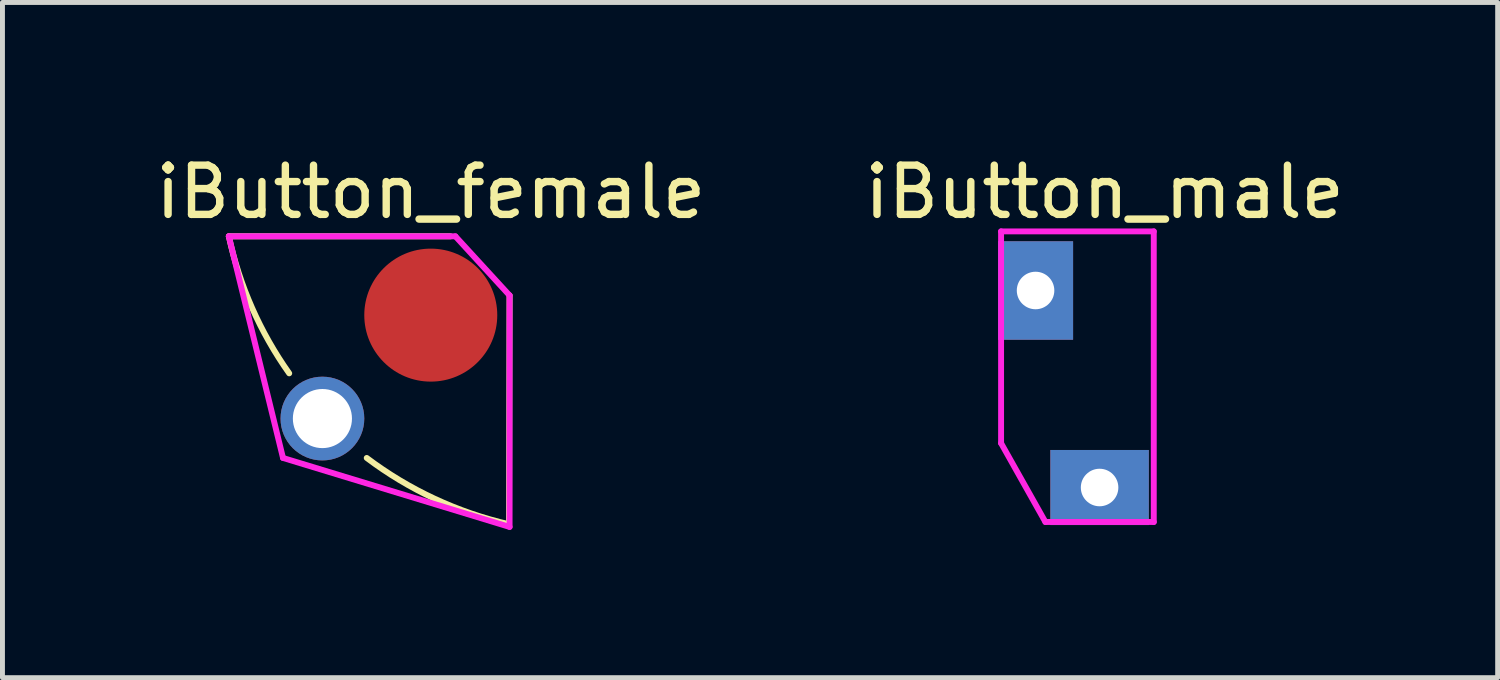
<source format=kicad_pcb>
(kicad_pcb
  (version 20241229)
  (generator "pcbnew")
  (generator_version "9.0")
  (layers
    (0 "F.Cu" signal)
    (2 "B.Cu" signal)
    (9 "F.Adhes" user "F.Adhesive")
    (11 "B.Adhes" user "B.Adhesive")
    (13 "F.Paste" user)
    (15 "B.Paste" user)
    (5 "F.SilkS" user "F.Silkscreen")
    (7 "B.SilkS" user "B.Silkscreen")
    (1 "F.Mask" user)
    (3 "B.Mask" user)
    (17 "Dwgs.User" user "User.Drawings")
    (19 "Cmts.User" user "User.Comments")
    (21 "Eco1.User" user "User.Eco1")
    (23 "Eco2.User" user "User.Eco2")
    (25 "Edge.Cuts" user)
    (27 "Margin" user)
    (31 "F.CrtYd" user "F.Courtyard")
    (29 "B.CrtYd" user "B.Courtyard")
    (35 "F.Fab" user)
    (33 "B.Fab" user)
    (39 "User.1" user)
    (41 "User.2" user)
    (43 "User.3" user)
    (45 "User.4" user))
  (footprint "iButton_female"
    (layer "F.Cu")
    (at 5.696 3.248)
    (property "Reference" "iButton_female" (at 0 -2.4 0) (layer "F.SilkS") (effects (font (size 1 1) (thickness 0.15))))
    (attr through_hole)
    (fp_line (start -4.1 -1.5) (end 0.4 -1.5) (stroke (width 0.12) (type solid)) (layer "F.SilkS"))
    (fp_line (start 1.589 4.346) (end 1.6 -0.3) (stroke (width 0.12) (type solid)) (layer "F.SilkS"))
    (fp_arc (start -2.874202 1.281691) (mid -3.628145 -0.047002) (end -4.099999 -1.500001) (stroke (width 0.12) (type solid)) (layer "F.SilkS"))
    (fp_arc (start 1.589418 4.346065) (mid 0.073728 3.825398) (end -1.299999 2.999999) (stroke (width 0.12) (type solid)) (layer "F.SilkS"))
    (fp_line (start -4.1 -1.5) (end -3 3) (stroke (width 0.12) (type solid)) (layer "F.CrtYd"))
    (fp_line (start -3 3) (end 1.6 4.4) (stroke (width 0.12) (type solid)) (layer "F.CrtYd"))
    (fp_line (start 0.5 -1.5) (end -4.1 -1.5) (stroke (width 0.12) (type solid)) (layer "F.CrtYd"))
    (fp_line (start 1.6 -0.3) (end 0.5 -1.5) (stroke (width 0.12) (type solid)) (layer "F.CrtYd"))
    (fp_line (start 1.6 4.4) (end 1.6 -0.3) (stroke (width 0.12) (type solid)) (layer "F.CrtYd"))
    (pad "G" thru_hole circle (at -2.2 2.2) (size 1.7 1.7) (drill 1.2) (layers "*.Cu" "*.Mask"))
    (pad "S" smd circle (at 0 0.1) (size 2.7 2.7) (layers "F.Cu" "F.Mask" "F.Paste")))
  (footprint "iButton_male"
    (layer "F.Cu")
    (at 17.975 2.848)
    (property "Reference" "iButton_male" (at 1.4 -2 0) (layer "F.SilkS") (effects (font (size 1 1) (thickness 0.15))))
    (attr through_hole)
    (fp_line (start -0.7 -1.2) (end -0.7 3.1) (stroke (width 0.12) (type solid)) (layer "F.CrtYd"))
    (fp_line (start -0.7 3.1) (end 0.2 4.7) (stroke (width 0.12) (type solid)) (layer "F.CrtYd"))
    (fp_line (start 0.2 4.7) (end 2.4 4.7) (stroke (width 0.12) (type solid)) (layer "F.CrtYd"))
    (fp_line (start 2.4 -1.2) (end -0.7 -1.2) (stroke (width 0.12) (type solid)) (layer "F.CrtYd"))
    (fp_line (start 2.4 4.7) (end 2.4 -1.2) (stroke (width 0.12) (type solid)) (layer "F.CrtYd"))
    (pad "G" thru_hole rect (at 1.3 4) (size 2 1.524) (drill 0.762) (layers "*.Cu" "*.Mask"))
    (pad "S" thru_hole rect (at 0 0) (size 1.524 2) (drill 0.762) (layers "*.Cu" "*.Mask")))
  (gr_rect
    (start -3 -3)
    (end 27.357 10.708)
    (stroke (width 0.1) (type default))
    (fill no)
    (layer "Edge.Cuts")))
</source>
